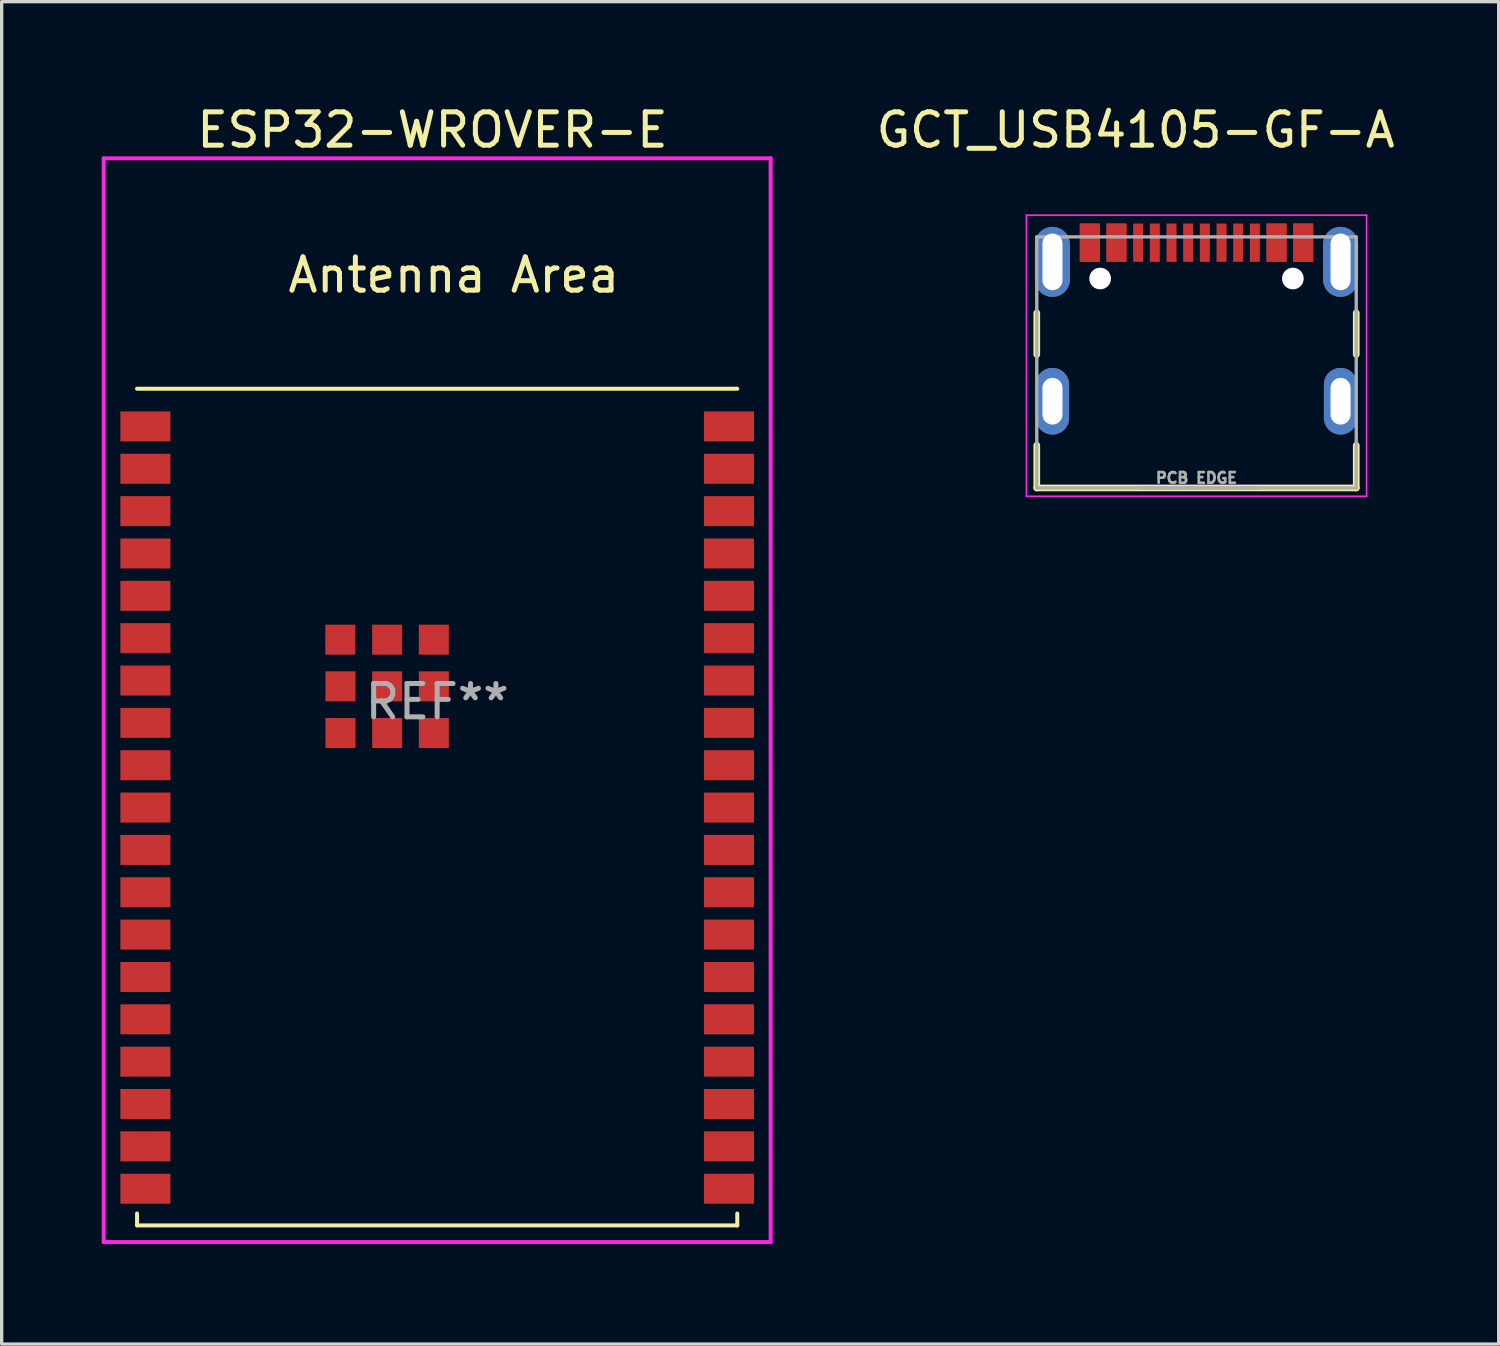
<source format=kicad_pcb>
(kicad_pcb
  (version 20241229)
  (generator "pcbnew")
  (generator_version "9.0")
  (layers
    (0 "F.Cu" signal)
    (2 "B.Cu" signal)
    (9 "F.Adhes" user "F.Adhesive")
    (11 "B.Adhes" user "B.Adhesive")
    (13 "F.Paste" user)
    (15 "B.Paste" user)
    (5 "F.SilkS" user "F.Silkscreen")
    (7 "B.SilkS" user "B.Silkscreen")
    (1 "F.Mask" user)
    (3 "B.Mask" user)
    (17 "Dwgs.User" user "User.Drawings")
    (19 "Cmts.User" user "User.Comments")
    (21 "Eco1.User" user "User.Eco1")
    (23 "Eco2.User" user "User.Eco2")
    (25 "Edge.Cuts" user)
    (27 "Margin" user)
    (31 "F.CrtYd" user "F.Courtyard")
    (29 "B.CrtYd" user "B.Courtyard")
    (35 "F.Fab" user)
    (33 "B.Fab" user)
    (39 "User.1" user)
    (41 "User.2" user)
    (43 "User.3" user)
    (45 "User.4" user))
  (footprint "GCT_USB4105-GF-A"
    (layer "F.Cu")
    (at 32.832 8.983)
    (property "Reference" "GCT_USB4105-GF-A" (at -1.825 -8.135 0) (layer "F.SilkS") (effects (font (size 1 1) (thickness 0.15))))
    (attr through_hole)
    (fp_line (start -4.79 -2.65) (end -4.79 -1.4) (stroke (width 0.2) (type solid)) (layer "F.SilkS"))
    (fp_line (start -4.79 1.32) (end -4.79 2.6) (stroke (width 0.2) (type solid)) (layer "F.SilkS"))
    (fp_line (start -4.79 2.6) (end 4.79 2.6) (stroke (width 0.2) (type solid)) (layer "F.SilkS"))
    (fp_line (start 4.79 -2.65) (end 4.79 -1.4) (stroke (width 0.2) (type solid)) (layer "F.SilkS"))
    (fp_line (start 4.79 2.6) (end 4.79 1.32) (stroke (width 0.2) (type solid)) (layer "F.SilkS"))
    (fp_line (start -5.1 -5.58) (end -5.1 2.85) (stroke (width 0.05) (type solid)) (layer "F.CrtYd"))
    (fp_line (start -5.1 2.85) (end 5.1 2.85) (stroke (width 0.05) (type solid)) (layer "F.CrtYd"))
    (fp_line (start 5.1 -5.58) (end -5.1 -5.58) (stroke (width 0.05) (type solid)) (layer "F.CrtYd"))
    (fp_line (start 5.1 2.85) (end 5.1 -5.58) (stroke (width 0.05) (type solid)) (layer "F.CrtYd"))
    (fp_line (start -4.79 -4.93) (end 4.79 -4.93) (stroke (width 0.1) (type solid)) (layer "F.Fab"))
    (fp_line (start -4.79 2.6) (end -4.79 -4.93) (stroke (width 0.1) (type solid)) (layer "F.Fab"))
    (fp_line (start -1.7 2.6) (end 1.9 2.6) (stroke (width 0.1) (type solid)) (layer "F.Fab"))
    (fp_line (start 4.79 -4.93) (end 4.79 2.6) (stroke (width 0.1) (type solid)) (layer "F.Fab"))
    (fp_line (start 4.79 2.6) (end -4.79 2.6) (stroke (width 0.1) (type solid)) (layer "F.Fab"))
    (fp_text user "PCB EDGE" (at 0 2.3 0) (layer "F.Fab") (effects (font (size 0.32 0.32) (thickness 0.15))))
    (pad "" np_thru_hole circle (at -2.89 -3.68) (size 0.65 0.65) (drill 0.65) (layers "*.Cu" "*.Mask"))
    (pad "" np_thru_hole circle (at 2.89 -3.68) (size 0.65 0.65) (drill 0.65) (layers "*.Cu" "*.Mask"))
    (pad "A1" smd rect (at -3.2 -4.755) (size 0.6 1.15) (layers "F.Cu" "F.Mask" "F.Paste"))
    (pad "A4" smd rect (at -2.4 -4.755) (size 0.6 1.15) (layers "F.Cu" "F.Mask" "F.Paste"))
    (pad "A5" smd rect (at -1.25 -4.755) (size 0.3 1.15) (layers "F.Cu" "F.Mask" "F.Paste"))
    (pad "A6" smd rect (at -0.25 -4.755) (size 0.3 1.15) (layers "F.Cu" "F.Mask" "F.Paste"))
    (pad "A7" smd rect (at 0.25 -4.755) (size 0.3 1.15) (layers "F.Cu" "F.Mask" "F.Paste"))
    (pad "A8" smd rect (at 1.25 -4.755) (size 0.3 1.15) (layers "F.Cu" "F.Mask" "F.Paste"))
    (pad "A9" smd rect (at 2.4 -4.755) (size 0.6 1.15) (layers "F.Cu" "F.Mask" "F.Paste"))
    (pad "A12" smd rect (at 3.2 -4.755) (size 0.6 1.15) (layers "F.Cu" "F.Mask" "F.Paste"))
    (pad "B1" smd rect (at 3.2 -4.755) (size 0.6 1.15) (layers "F.Cu" "F.Mask" "F.Paste"))
    (pad "B4" smd rect (at 2.4 -4.755) (size 0.6 1.15) (layers "F.Cu" "F.Mask" "F.Paste"))
    (pad "B5" smd rect (at 1.75 -4.755) (size 0.3 1.15) (layers "F.Cu" "F.Mask" "F.Paste"))
    (pad "B6" smd rect (at 0.75 -4.755) (size 0.3 1.15) (layers "F.Cu" "F.Mask" "F.Paste"))
    (pad "B7" smd rect (at -0.75 -4.755) (size 0.3 1.15) (layers "F.Cu" "F.Mask" "F.Paste"))
    (pad "B8" smd rect (at -1.75 -4.755) (size 0.3 1.15) (layers "F.Cu" "F.Mask" "F.Paste"))
    (pad "B9" smd rect (at -2.4 -4.755) (size 0.6 1.15) (layers "F.Cu" "F.Mask" "F.Paste"))
    (pad "B12" smd rect (at -3.2 -4.755) (size 0.6 1.15) (layers "F.Cu" "F.Mask" "F.Paste"))
    (pad "S1" thru_hole oval (at -4.32 -4.18) (size 1.05 2.1) (drill oval 0.6 1.7) (layers "*.Cu" "*.Mask"))
    (pad "S1" thru_hole oval (at -4.32 0) (size 1 2) (drill oval 0.6 1.4) (layers "*.Cu" "*.Mask"))
    (pad "S1" thru_hole oval (at 4.32 -4.18) (size 1.05 2.1) (drill oval 0.6 1.7) (layers "*.Cu" "*.Mask"))
    (pad "S1" thru_hole oval (at 4.32 0) (size 1 2) (drill oval 0.6 1.4) (layers "*.Cu" "*.Mask")))
  (footprint "ESP32-WROVER-E"
    (layer "F.Cu")
    (at 10.06 17.993)
    (property "Reference" "ESP32-WROVER-E" (at -0.14 -17.145 0) (layer "F.SilkS") (effects (font (size 1 1) (thickness 0.15))))
    (attr smd)
    (fp_line (start -9 -9.385) (end 9 -9.385) (stroke (width 0.12) (type solid)) (layer "F.SilkS"))
    (fp_line (start -9 15.705) (end -9 15.35) (stroke (width 0.12) (type solid)) (layer "F.SilkS"))
    (fp_line (start -9 15.705) (end 9 15.705) (stroke (width 0.12) (type solid)) (layer "F.SilkS"))
    (fp_line (start 9 15.705) (end 9 15.35) (stroke (width 0.12) (type solid)) (layer "F.SilkS"))
    (fp_line (start -9 -15.695) (end -9 15.705) (stroke (width 0.12) (type solid)) (layer "Eco2.User"))
    (fp_line (start -9 -9.385) (end 9 -9.385) (stroke (width 0.12) (type solid)) (layer "Eco2.User"))
    (fp_line (start -9 15.705) (end 9 15.705) (stroke (width 0.12) (type solid)) (layer "Eco2.User"))
    (fp_line (start 9 -15.695) (end -9 -15.695) (stroke (width 0.12) (type solid)) (layer "Eco2.User"))
    (fp_line (start 9 15.705) (end 9 -15.695) (stroke (width 0.12) (type solid)) (layer "Eco2.User"))
    (fp_line (start -10 -16.295) (end 10 -16.295) (stroke (width 0.12) (type solid)) (layer "F.CrtYd"))
    (fp_line (start -10 16.205) (end -10 -16.295) (stroke (width 0.12) (type solid)) (layer "F.CrtYd"))
    (fp_line (start 10 -16.295) (end 10 16.205) (stroke (width 0.12) (type solid)) (layer "F.CrtYd"))
    (fp_line (start 10 16.205) (end -10 16.205) (stroke (width 0.12) (type solid)) (layer "F.CrtYd"))
    (fp_text user "Antenna Area" (at 0.5 -12.795 0) (unlocked yes) (layer "F.SilkS") (effects (font (size 1 1) (thickness 0.15))))
    (fp_text user "REF**" (at 0 0 0) (layer "F.Fab") (effects (font (size 1 1) (thickness 0.15))))
    (pad "1" smd rect (at -8.75 -8.255) (size 1.5 0.9) (layers "F.Cu" "F.Mask" "F.Paste"))
    (pad "2" smd rect (at -8.75 -6.985) (size 1.5 0.9) (layers "F.Cu" "F.Mask" "F.Paste"))
    (pad "3" smd rect (at -8.75 -5.715) (size 1.5 0.9) (layers "F.Cu" "F.Mask" "F.Paste"))
    (pad "4" smd rect (at -8.75 -4.445) (size 1.5 0.9) (layers "F.Cu" "F.Mask" "F.Paste"))
    (pad "5" smd rect (at -8.75 -3.175) (size 1.5 0.9) (layers "F.Cu" "F.Mask" "F.Paste"))
    (pad "6" smd rect (at -8.75 -1.905) (size 1.5 0.9) (layers "F.Cu" "F.Mask" "F.Paste"))
    (pad "7" smd rect (at -8.75 -0.635) (size 1.5 0.9) (layers "F.Cu" "F.Mask" "F.Paste"))
    (pad "8" smd rect (at -8.75 0.635) (size 1.5 0.9) (layers "F.Cu" "F.Mask" "F.Paste"))
    (pad "9" smd rect (at -8.75 1.905) (size 1.5 0.9) (layers "F.Cu" "F.Mask" "F.Paste"))
    (pad "10" smd rect (at -8.75 3.175) (size 1.5 0.9) (layers "F.Cu" "F.Mask" "F.Paste"))
    (pad "11" smd rect (at -8.75 4.445) (size 1.5 0.9) (layers "F.Cu" "F.Mask" "F.Paste"))
    (pad "12" smd rect (at -8.75 5.715) (size 1.5 0.9) (layers "F.Cu" "F.Mask" "F.Paste"))
    (pad "13" smd rect (at -8.75 6.985) (size 1.5 0.9) (layers "F.Cu" "F.Mask" "F.Paste"))
    (pad "14" smd rect (at -8.75 8.255) (size 1.5 0.9) (layers "F.Cu" "F.Mask" "F.Paste"))
    (pad "15" smd rect (at -8.75 9.525) (size 1.5 0.9) (layers "F.Cu" "F.Mask" "F.Paste"))
    (pad "16" smd rect (at -8.75 10.795) (size 1.5 0.9) (layers "F.Cu" "F.Mask" "F.Paste"))
    (pad "17" smd rect (at -8.75 12.065) (size 1.5 0.9) (layers "F.Cu" "F.Mask" "F.Paste"))
    (pad "18" smd rect (at -8.75 13.335) (size 1.5 0.9) (layers "F.Cu" "F.Mask" "F.Paste"))
    (pad "19" smd rect (at -8.75 14.605) (size 1.5 0.9) (layers "F.Cu" "F.Mask" "F.Paste"))
    (pad "20" smd rect (at 8.75 14.605) (size 1.5 0.9) (layers "F.Cu" "F.Mask" "F.Paste"))
    (pad "21" smd rect (at 8.75 13.335) (size 1.5 0.9) (layers "F.Cu" "F.Mask" "F.Paste"))
    (pad "22" smd rect (at 8.75 12.065) (size 1.5 0.9) (layers "F.Cu" "F.Mask" "F.Paste"))
    (pad "23" smd rect (at 8.75 10.795) (size 1.5 0.9) (layers "F.Cu" "F.Mask" "F.Paste"))
    (pad "24" smd rect (at 8.75 9.525) (size 1.5 0.9) (layers "F.Cu" "F.Mask" "F.Paste"))
    (pad "25" smd rect (at 8.75 8.255) (size 1.5 0.9) (layers "F.Cu" "F.Mask" "F.Paste"))
    (pad "26" smd rect (at 8.75 6.985) (size 1.5 0.9) (layers "F.Cu" "F.Mask" "F.Paste"))
    (pad "27" smd rect (at 8.75 5.715) (size 1.5 0.9) (layers "F.Cu" "F.Mask" "F.Paste"))
    (pad "28" smd rect (at 8.75 4.445) (size 1.5 0.9) (layers "F.Cu" "F.Mask" "F.Paste"))
    (pad "29" smd rect (at 8.75 3.175) (size 1.5 0.9) (layers "F.Cu" "F.Mask" "F.Paste"))
    (pad "30" smd rect (at 8.75 1.905) (size 1.5 0.9) (layers "F.Cu" "F.Mask" "F.Paste"))
    (pad "31" smd rect (at 8.75 0.635) (size 1.5 0.9) (layers "F.Cu" "F.Mask" "F.Paste"))
    (pad "32" smd rect (at 8.75 -0.635) (size 1.5 0.9) (layers "F.Cu" "F.Mask" "F.Paste"))
    (pad "33" smd rect (at 8.75 -1.905) (size 1.5 0.9) (layers "F.Cu" "F.Mask" "F.Paste"))
    (pad "34" smd rect (at 8.75 -3.175) (size 1.5 0.9) (layers "F.Cu" "F.Mask" "F.Paste"))
    (pad "35" smd rect (at 8.75 -4.445) (size 1.5 0.9) (layers "F.Cu" "F.Mask" "F.Paste"))
    (pad "36" smd rect (at 8.75 -5.715) (size 1.5 0.9) (layers "F.Cu" "F.Mask" "F.Paste"))
    (pad "37" smd rect (at 8.75 -6.985) (size 1.5 0.9) (layers "F.Cu" "F.Mask" "F.Paste"))
    (pad "38" smd rect (at 8.75 -8.255) (size 1.5 0.9) (layers "F.Cu" "F.Mask" "F.Paste"))
    (pad "39" smd rect (at -2.905 -1.86) (size 0.9 0.9) (layers "F.Cu" "F.Mask" "F.Paste"))
    (pad "39" smd rect (at -2.9 -0.46) (size 0.9 0.9) (layers "F.Cu" "F.Mask" "F.Paste"))
    (pad "39" smd rect (at -2.9 0.94) (size 0.9 0.9) (layers "F.Cu" "F.Mask" "F.Paste"))
    (pad "39" smd rect (at -1.5 -1.86) (size 0.9 0.9) (layers "F.Cu" "F.Mask" "F.Paste"))
    (pad "39" smd rect (at -1.5 -0.46) (size 0.9 0.9) (layers "F.Cu" "F.Mask" "F.Paste"))
    (pad "39" smd rect (at -1.5 0.94) (size 0.9 0.9) (layers "F.Cu" "F.Mask" "F.Paste"))
    (pad "39" smd rect (at -0.1 -1.86) (size 0.9 0.9) (layers "F.Cu" "F.Mask" "F.Paste"))
    (pad "39" smd rect (at -0.1 -0.46) (size 0.9 0.9) (layers "F.Cu" "F.Mask" "F.Paste"))
    (pad "39" smd rect (at -0.1 0.94) (size 0.9 0.9) (layers "F.Cu" "F.Mask" "F.Paste")))
  (gr_rect
    (start -3 -3)
    (end 41.894 37.258)
    (stroke (width 0.1) (type default))
    (fill no)
    (layer "Edge.Cuts")))
</source>
